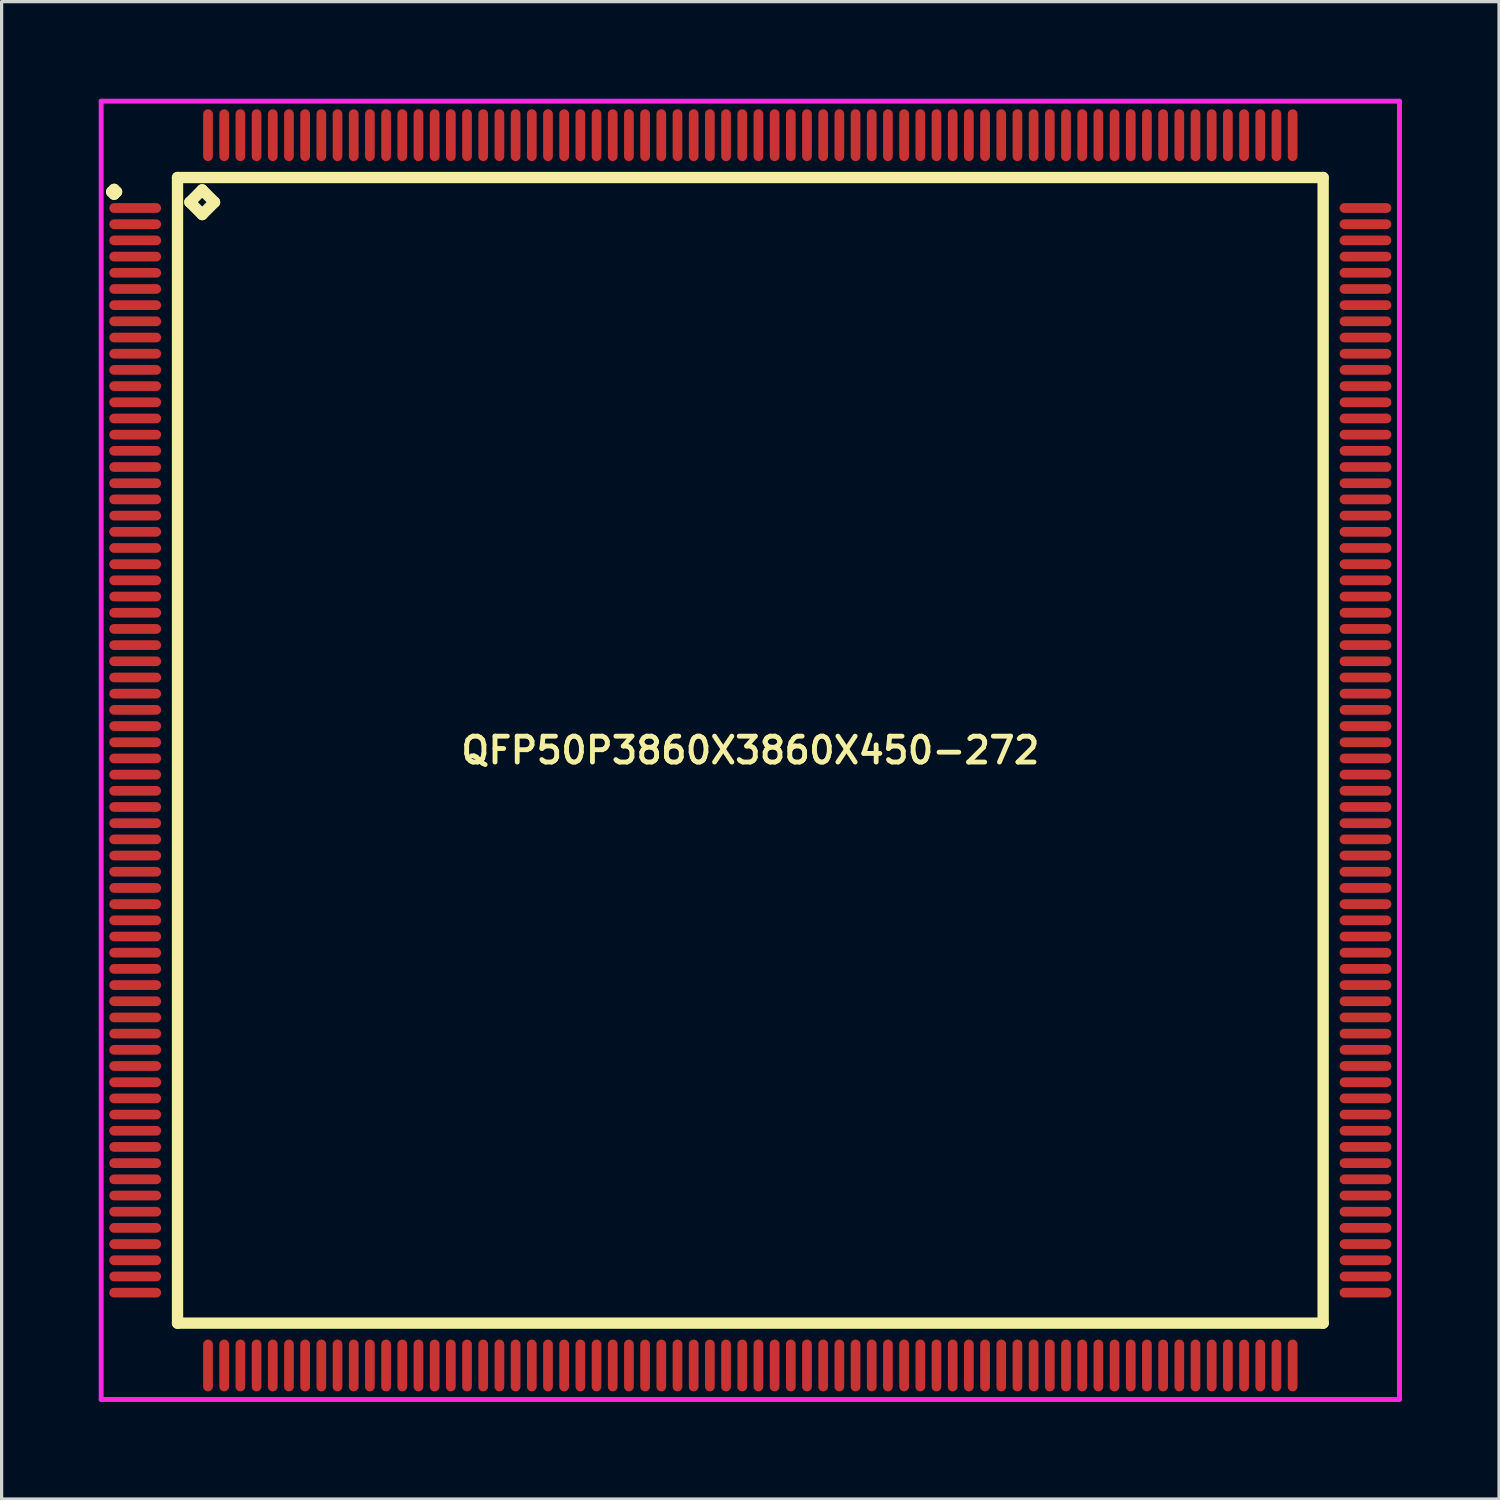
<source format=kicad_pcb>
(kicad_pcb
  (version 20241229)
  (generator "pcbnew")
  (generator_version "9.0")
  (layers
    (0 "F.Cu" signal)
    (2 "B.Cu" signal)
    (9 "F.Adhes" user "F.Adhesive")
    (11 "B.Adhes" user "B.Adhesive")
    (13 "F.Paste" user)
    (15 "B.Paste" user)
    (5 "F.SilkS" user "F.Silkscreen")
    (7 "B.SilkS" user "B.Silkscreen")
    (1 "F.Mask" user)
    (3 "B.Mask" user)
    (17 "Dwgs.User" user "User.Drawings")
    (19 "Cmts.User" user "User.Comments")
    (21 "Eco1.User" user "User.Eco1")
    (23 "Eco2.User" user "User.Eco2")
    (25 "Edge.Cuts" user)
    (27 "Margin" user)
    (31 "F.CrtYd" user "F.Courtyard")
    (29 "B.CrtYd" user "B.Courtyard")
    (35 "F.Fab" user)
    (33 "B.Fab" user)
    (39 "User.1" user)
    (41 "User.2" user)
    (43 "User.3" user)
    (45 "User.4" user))
  (footprint "QFP50P3860X3860X450-272"
    (layer "F.Cu")
    (at 20.125 20.125)
    (property "Reference" "QFP50P3860X3860X450-272" (at 0 0 0) (layer "F.SilkS") (effects (font (size 0.8 0.8) (thickness 0.15))))
    (attr smd)
    (fp_line (start -19.725 -17.25) (end -19.65 -17.325) (stroke (width 0.35) (type solid)) (layer "F.SilkS"))
    (fp_line (start -19.65 -17.325) (end -19.575 -17.25) (stroke (width 0.35) (type solid)) (layer "F.SilkS"))
    (fp_line (start -19.65 -17.175) (end -19.725 -17.25) (stroke (width 0.35) (type solid)) (layer "F.SilkS"))
    (fp_line (start -19.575 -17.25) (end -19.65 -17.175) (stroke (width 0.35) (type solid)) (layer "F.SilkS"))
    (fp_line (start -17.692 -17.692) (end -17.692 17.692) (stroke (width 0.35) (type solid)) (layer "F.SilkS"))
    (fp_line (start -17.692 17.692) (end 17.692 17.692) (stroke (width 0.35) (type solid)) (layer "F.SilkS"))
    (fp_line (start -17.311 -16.93) (end -16.93 -17.311) (stroke (width 0.35) (type solid)) (layer "F.SilkS"))
    (fp_line (start -16.93 -17.311) (end -16.549 -16.93) (stroke (width 0.35) (type solid)) (layer "F.SilkS"))
    (fp_line (start -16.93 -16.549) (end -17.311 -16.93) (stroke (width 0.35) (type solid)) (layer "F.SilkS"))
    (fp_line (start -16.549 -16.93) (end -16.93 -16.549) (stroke (width 0.35) (type solid)) (layer "F.SilkS"))
    (fp_line (start 17.692 -17.692) (end -17.692 -17.692) (stroke (width 0.35) (type solid)) (layer "F.SilkS"))
    (fp_line (start 17.692 17.692) (end 17.692 -17.692) (stroke (width 0.35) (type solid)) (layer "F.SilkS"))
    (fp_line (start -20.05 -20.05) (end 20.05 -20.05) (stroke (width 0.15) (type solid)) (layer "F.CrtYd"))
    (fp_line (start -20.05 20.05) (end -20.05 -20.05) (stroke (width 0.15) (type solid)) (layer "F.CrtYd"))
    (fp_line (start 20.05 -20.05) (end 20.05 20.05) (stroke (width 0.15) (type solid)) (layer "F.CrtYd"))
    (fp_line (start 20.05 20.05) (end -20.05 20.05) (stroke (width 0.15) (type solid)) (layer "F.CrtYd"))
    (pad "1" smd oval (at -19 -16.75) (size 1.6 0.3) (layers "F.Cu" "F.Mask" "F.Paste"))
    (pad "2" smd oval (at -19 -16.25) (size 1.6 0.3) (layers "F.Cu" "F.Mask" "F.Paste"))
    (pad "3" smd oval (at -19 -15.75) (size 1.6 0.3) (layers "F.Cu" "F.Mask" "F.Paste"))
    (pad "4" smd oval (at -19 -15.25) (size 1.6 0.3) (layers "F.Cu" "F.Mask" "F.Paste"))
    (pad "5" smd oval (at -19 -14.75) (size 1.6 0.3) (layers "F.Cu" "F.Mask" "F.Paste"))
    (pad "6" smd oval (at -19 -14.25) (size 1.6 0.3) (layers "F.Cu" "F.Mask" "F.Paste"))
    (pad "7" smd oval (at -19 -13.75) (size 1.6 0.3) (layers "F.Cu" "F.Mask" "F.Paste"))
    (pad "8" smd oval (at -19 -13.25) (size 1.6 0.3) (layers "F.Cu" "F.Mask" "F.Paste"))
    (pad "9" smd oval (at -19 -12.75) (size 1.6 0.3) (layers "F.Cu" "F.Mask" "F.Paste"))
    (pad "10" smd oval (at -19 -12.25) (size 1.6 0.3) (layers "F.Cu" "F.Mask" "F.Paste"))
    (pad "11" smd oval (at -19 -11.75) (size 1.6 0.3) (layers "F.Cu" "F.Mask" "F.Paste"))
    (pad "12" smd oval (at -19 -11.25) (size 1.6 0.3) (layers "F.Cu" "F.Mask" "F.Paste"))
    (pad "13" smd oval (at -19 -10.75) (size 1.6 0.3) (layers "F.Cu" "F.Mask" "F.Paste"))
    (pad "14" smd oval (at -19 -10.25) (size 1.6 0.3) (layers "F.Cu" "F.Mask" "F.Paste"))
    (pad "15" smd oval (at -19 -9.75) (size 1.6 0.3) (layers "F.Cu" "F.Mask" "F.Paste"))
    (pad "16" smd oval (at -19 -9.25) (size 1.6 0.3) (layers "F.Cu" "F.Mask" "F.Paste"))
    (pad "17" smd oval (at -19 -8.75) (size 1.6 0.3) (layers "F.Cu" "F.Mask" "F.Paste"))
    (pad "18" smd oval (at -19 -8.25) (size 1.6 0.3) (layers "F.Cu" "F.Mask" "F.Paste"))
    (pad "19" smd oval (at -19 -7.75) (size 1.6 0.3) (layers "F.Cu" "F.Mask" "F.Paste"))
    (pad "20" smd oval (at -19 -7.25) (size 1.6 0.3) (layers "F.Cu" "F.Mask" "F.Paste"))
    (pad "21" smd oval (at -19 -6.75) (size 1.6 0.3) (layers "F.Cu" "F.Mask" "F.Paste"))
    (pad "22" smd oval (at -19 -6.25) (size 1.6 0.3) (layers "F.Cu" "F.Mask" "F.Paste"))
    (pad "23" smd oval (at -19 -5.75) (size 1.6 0.3) (layers "F.Cu" "F.Mask" "F.Paste"))
    (pad "24" smd oval (at -19 -5.25) (size 1.6 0.3) (layers "F.Cu" "F.Mask" "F.Paste"))
    (pad "25" smd oval (at -19 -4.75) (size 1.6 0.3) (layers "F.Cu" "F.Mask" "F.Paste"))
    (pad "26" smd oval (at -19 -4.25) (size 1.6 0.3) (layers "F.Cu" "F.Mask" "F.Paste"))
    (pad "27" smd oval (at -19 -3.75) (size 1.6 0.3) (layers "F.Cu" "F.Mask" "F.Paste"))
    (pad "28" smd oval (at -19 -3.25) (size 1.6 0.3) (layers "F.Cu" "F.Mask" "F.Paste"))
    (pad "29" smd oval (at -19 -2.75) (size 1.6 0.3) (layers "F.Cu" "F.Mask" "F.Paste"))
    (pad "30" smd oval (at -19 -2.25) (size 1.6 0.3) (layers "F.Cu" "F.Mask" "F.Paste"))
    (pad "31" smd oval (at -19 -1.75) (size 1.6 0.3) (layers "F.Cu" "F.Mask" "F.Paste"))
    (pad "32" smd oval (at -19 -1.25) (size 1.6 0.3) (layers "F.Cu" "F.Mask" "F.Paste"))
    (pad "33" smd oval (at -19 -0.75) (size 1.6 0.3) (layers "F.Cu" "F.Mask" "F.Paste"))
    (pad "34" smd oval (at -19 -0.25) (size 1.6 0.3) (layers "F.Cu" "F.Mask" "F.Paste"))
    (pad "35" smd oval (at -19 0.25) (size 1.6 0.3) (layers "F.Cu" "F.Mask" "F.Paste"))
    (pad "36" smd oval (at -19 0.75) (size 1.6 0.3) (layers "F.Cu" "F.Mask" "F.Paste"))
    (pad "37" smd oval (at -19 1.25) (size 1.6 0.3) (layers "F.Cu" "F.Mask" "F.Paste"))
    (pad "38" smd oval (at -19 1.75) (size 1.6 0.3) (layers "F.Cu" "F.Mask" "F.Paste"))
    (pad "39" smd oval (at -19 2.25) (size 1.6 0.3) (layers "F.Cu" "F.Mask" "F.Paste"))
    (pad "40" smd oval (at -19 2.75) (size 1.6 0.3) (layers "F.Cu" "F.Mask" "F.Paste"))
    (pad "41" smd oval (at -19 3.25) (size 1.6 0.3) (layers "F.Cu" "F.Mask" "F.Paste"))
    (pad "42" smd oval (at -19 3.75) (size 1.6 0.3) (layers "F.Cu" "F.Mask" "F.Paste"))
    (pad "43" smd oval (at -19 4.25) (size 1.6 0.3) (layers "F.Cu" "F.Mask" "F.Paste"))
    (pad "44" smd oval (at -19 4.75) (size 1.6 0.3) (layers "F.Cu" "F.Mask" "F.Paste"))
    (pad "45" smd oval (at -19 5.25) (size 1.6 0.3) (layers "F.Cu" "F.Mask" "F.Paste"))
    (pad "46" smd oval (at -19 5.75) (size 1.6 0.3) (layers "F.Cu" "F.Mask" "F.Paste"))
    (pad "47" smd oval (at -19 6.25) (size 1.6 0.3) (layers "F.Cu" "F.Mask" "F.Paste"))
    (pad "48" smd oval (at -19 6.75) (size 1.6 0.3) (layers "F.Cu" "F.Mask" "F.Paste"))
    (pad "49" smd oval (at -19 7.25) (size 1.6 0.3) (layers "F.Cu" "F.Mask" "F.Paste"))
    (pad "50" smd oval (at -19 7.75) (size 1.6 0.3) (layers "F.Cu" "F.Mask" "F.Paste"))
    (pad "51" smd oval (at -19 8.25) (size 1.6 0.3) (layers "F.Cu" "F.Mask" "F.Paste"))
    (pad "52" smd oval (at -19 8.75) (size 1.6 0.3) (layers "F.Cu" "F.Mask" "F.Paste"))
    (pad "53" smd oval (at -19 9.25) (size 1.6 0.3) (layers "F.Cu" "F.Mask" "F.Paste"))
    (pad "54" smd oval (at -19 9.75) (size 1.6 0.3) (layers "F.Cu" "F.Mask" "F.Paste"))
    (pad "55" smd oval (at -19 10.25) (size 1.6 0.3) (layers "F.Cu" "F.Mask" "F.Paste"))
    (pad "56" smd oval (at -19 10.75) (size 1.6 0.3) (layers "F.Cu" "F.Mask" "F.Paste"))
    (pad "57" smd oval (at -19 11.25) (size 1.6 0.3) (layers "F.Cu" "F.Mask" "F.Paste"))
    (pad "58" smd oval (at -19 11.75) (size 1.6 0.3) (layers "F.Cu" "F.Mask" "F.Paste"))
    (pad "59" smd oval (at -19 12.25) (size 1.6 0.3) (layers "F.Cu" "F.Mask" "F.Paste"))
    (pad "60" smd oval (at -19 12.75) (size 1.6 0.3) (layers "F.Cu" "F.Mask" "F.Paste"))
    (pad "61" smd oval (at -19 13.25) (size 1.6 0.3) (layers "F.Cu" "F.Mask" "F.Paste"))
    (pad "62" smd oval (at -19 13.75) (size 1.6 0.3) (layers "F.Cu" "F.Mask" "F.Paste"))
    (pad "63" smd oval (at -19 14.25) (size 1.6 0.3) (layers "F.Cu" "F.Mask" "F.Paste"))
    (pad "64" smd oval (at -19 14.75) (size 1.6 0.3) (layers "F.Cu" "F.Mask" "F.Paste"))
    (pad "65" smd oval (at -19 15.25) (size 1.6 0.3) (layers "F.Cu" "F.Mask" "F.Paste"))
    (pad "66" smd oval (at -19 15.75) (size 1.6 0.3) (layers "F.Cu" "F.Mask" "F.Paste"))
    (pad "67" smd oval (at -19 16.25) (size 1.6 0.3) (layers "F.Cu" "F.Mask" "F.Paste"))
    (pad "68" smd oval (at -19 16.75) (size 1.6 0.3) (layers "F.Cu" "F.Mask" "F.Paste"))
    (pad "69" smd oval (at -16.75 19) (size 0.3 1.6) (layers "F.Cu" "F.Mask" "F.Paste"))
    (pad "70" smd oval (at -16.25 19) (size 0.3 1.6) (layers "F.Cu" "F.Mask" "F.Paste"))
    (pad "71" smd oval (at -15.75 19) (size 0.3 1.6) (layers "F.Cu" "F.Mask" "F.Paste"))
    (pad "72" smd oval (at -15.25 19) (size 0.3 1.6) (layers "F.Cu" "F.Mask" "F.Paste"))
    (pad "73" smd oval (at -14.75 19) (size 0.3 1.6) (layers "F.Cu" "F.Mask" "F.Paste"))
    (pad "74" smd oval (at -14.25 19) (size 0.3 1.6) (layers "F.Cu" "F.Mask" "F.Paste"))
    (pad "75" smd oval (at -13.75 19) (size 0.3 1.6) (layers "F.Cu" "F.Mask" "F.Paste"))
    (pad "76" smd oval (at -13.25 19) (size 0.3 1.6) (layers "F.Cu" "F.Mask" "F.Paste"))
    (pad "77" smd oval (at -12.75 19) (size 0.3 1.6) (layers "F.Cu" "F.Mask" "F.Paste"))
    (pad "78" smd oval (at -12.25 19) (size 0.3 1.6) (layers "F.Cu" "F.Mask" "F.Paste"))
    (pad "79" smd oval (at -11.75 19) (size 0.3 1.6) (layers "F.Cu" "F.Mask" "F.Paste"))
    (pad "80" smd oval (at -11.25 19) (size 0.3 1.6) (layers "F.Cu" "F.Mask" "F.Paste"))
    (pad "81" smd oval (at -10.75 19) (size 0.3 1.6) (layers "F.Cu" "F.Mask" "F.Paste"))
    (pad "82" smd oval (at -10.25 19) (size 0.3 1.6) (layers "F.Cu" "F.Mask" "F.Paste"))
    (pad "83" smd oval (at -9.75 19) (size 0.3 1.6) (layers "F.Cu" "F.Mask" "F.Paste"))
    (pad "84" smd oval (at -9.25 19) (size 0.3 1.6) (layers "F.Cu" "F.Mask" "F.Paste"))
    (pad "85" smd oval (at -8.75 19) (size 0.3 1.6) (layers "F.Cu" "F.Mask" "F.Paste"))
    (pad "86" smd oval (at -8.25 19) (size 0.3 1.6) (layers "F.Cu" "F.Mask" "F.Paste"))
    (pad "87" smd oval (at -7.75 19) (size 0.3 1.6) (layers "F.Cu" "F.Mask" "F.Paste"))
    (pad "88" smd oval (at -7.25 19) (size 0.3 1.6) (layers "F.Cu" "F.Mask" "F.Paste"))
    (pad "89" smd oval (at -6.75 19) (size 0.3 1.6) (layers "F.Cu" "F.Mask" "F.Paste"))
    (pad "90" smd oval (at -6.25 19) (size 0.3 1.6) (layers "F.Cu" "F.Mask" "F.Paste"))
    (pad "91" smd oval (at -5.75 19) (size 0.3 1.6) (layers "F.Cu" "F.Mask" "F.Paste"))
    (pad "92" smd oval (at -5.25 19) (size 0.3 1.6) (layers "F.Cu" "F.Mask" "F.Paste"))
    (pad "93" smd oval (at -4.75 19) (size 0.3 1.6) (layers "F.Cu" "F.Mask" "F.Paste"))
    (pad "94" smd oval (at -4.25 19) (size 0.3 1.6) (layers "F.Cu" "F.Mask" "F.Paste"))
    (pad "95" smd oval (at -3.75 19) (size 0.3 1.6) (layers "F.Cu" "F.Mask" "F.Paste"))
    (pad "96" smd oval (at -3.25 19) (size 0.3 1.6) (layers "F.Cu" "F.Mask" "F.Paste"))
    (pad "97" smd oval (at -2.75 19) (size 0.3 1.6) (layers "F.Cu" "F.Mask" "F.Paste"))
    (pad "98" smd oval (at -2.25 19) (size 0.3 1.6) (layers "F.Cu" "F.Mask" "F.Paste"))
    (pad "99" smd oval (at -1.75 19) (size 0.3 1.6) (layers "F.Cu" "F.Mask" "F.Paste"))
    (pad "100" smd oval (at -1.25 19) (size 0.3 1.6) (layers "F.Cu" "F.Mask" "F.Paste"))
    (pad "101" smd oval (at -0.75 19) (size 0.3 1.6) (layers "F.Cu" "F.Mask" "F.Paste"))
    (pad "102" smd oval (at -0.25 19) (size 0.3 1.6) (layers "F.Cu" "F.Mask" "F.Paste"))
    (pad "103" smd oval (at 0.25 19) (size 0.3 1.6) (layers "F.Cu" "F.Mask" "F.Paste"))
    (pad "104" smd oval (at 0.75 19) (size 0.3 1.6) (layers "F.Cu" "F.Mask" "F.Paste"))
    (pad "105" smd oval (at 1.25 19) (size 0.3 1.6) (layers "F.Cu" "F.Mask" "F.Paste"))
    (pad "106" smd oval (at 1.75 19) (size 0.3 1.6) (layers "F.Cu" "F.Mask" "F.Paste"))
    (pad "107" smd oval (at 2.25 19) (size 0.3 1.6) (layers "F.Cu" "F.Mask" "F.Paste"))
    (pad "108" smd oval (at 2.75 19) (size 0.3 1.6) (layers "F.Cu" "F.Mask" "F.Paste"))
    (pad "109" smd oval (at 3.25 19) (size 0.3 1.6) (layers "F.Cu" "F.Mask" "F.Paste"))
    (pad "110" smd oval (at 3.75 19) (size 0.3 1.6) (layers "F.Cu" "F.Mask" "F.Paste"))
    (pad "111" smd oval (at 4.25 19) (size 0.3 1.6) (layers "F.Cu" "F.Mask" "F.Paste"))
    (pad "112" smd oval (at 4.75 19) (size 0.3 1.6) (layers "F.Cu" "F.Mask" "F.Paste"))
    (pad "113" smd oval (at 5.25 19) (size 0.3 1.6) (layers "F.Cu" "F.Mask" "F.Paste"))
    (pad "114" smd oval (at 5.75 19) (size 0.3 1.6) (layers "F.Cu" "F.Mask" "F.Paste"))
    (pad "115" smd oval (at 6.25 19) (size 0.3 1.6) (layers "F.Cu" "F.Mask" "F.Paste"))
    (pad "116" smd oval (at 6.75 19) (size 0.3 1.6) (layers "F.Cu" "F.Mask" "F.Paste"))
    (pad "117" smd oval (at 7.25 19) (size 0.3 1.6) (layers "F.Cu" "F.Mask" "F.Paste"))
    (pad "118" smd oval (at 7.75 19) (size 0.3 1.6) (layers "F.Cu" "F.Mask" "F.Paste"))
    (pad "119" smd oval (at 8.25 19) (size 0.3 1.6) (layers "F.Cu" "F.Mask" "F.Paste"))
    (pad "120" smd oval (at 8.75 19) (size 0.3 1.6) (layers "F.Cu" "F.Mask" "F.Paste"))
    (pad "121" smd oval (at 9.25 19) (size 0.3 1.6) (layers "F.Cu" "F.Mask" "F.Paste"))
    (pad "122" smd oval (at 9.75 19) (size 0.3 1.6) (layers "F.Cu" "F.Mask" "F.Paste"))
    (pad "123" smd oval (at 10.25 19) (size 0.3 1.6) (layers "F.Cu" "F.Mask" "F.Paste"))
    (pad "124" smd oval (at 10.75 19) (size 0.3 1.6) (layers "F.Cu" "F.Mask" "F.Paste"))
    (pad "125" smd oval (at 11.25 19) (size 0.3 1.6) (layers "F.Cu" "F.Mask" "F.Paste"))
    (pad "126" smd oval (at 11.75 19) (size 0.3 1.6) (layers "F.Cu" "F.Mask" "F.Paste"))
    (pad "127" smd oval (at 12.25 19) (size 0.3 1.6) (layers "F.Cu" "F.Mask" "F.Paste"))
    (pad "128" smd oval (at 12.75 19) (size 0.3 1.6) (layers "F.Cu" "F.Mask" "F.Paste"))
    (pad "129" smd oval (at 13.25 19) (size 0.3 1.6) (layers "F.Cu" "F.Mask" "F.Paste"))
    (pad "130" smd oval (at 13.75 19) (size 0.3 1.6) (layers "F.Cu" "F.Mask" "F.Paste"))
    (pad "131" smd oval (at 14.25 19) (size 0.3 1.6) (layers "F.Cu" "F.Mask" "F.Paste"))
    (pad "132" smd oval (at 14.75 19) (size 0.3 1.6) (layers "F.Cu" "F.Mask" "F.Paste"))
    (pad "133" smd oval (at 15.25 19) (size 0.3 1.6) (layers "F.Cu" "F.Mask" "F.Paste"))
    (pad "134" smd oval (at 15.75 19) (size 0.3 1.6) (layers "F.Cu" "F.Mask" "F.Paste"))
    (pad "135" smd oval (at 16.25 19) (size 0.3 1.6) (layers "F.Cu" "F.Mask" "F.Paste"))
    (pad "136" smd oval (at 16.75 19) (size 0.3 1.6) (layers "F.Cu" "F.Mask" "F.Paste"))
    (pad "137" smd oval (at 19 16.75) (size 1.6 0.3) (layers "F.Cu" "F.Mask" "F.Paste"))
    (pad "138" smd oval (at 19 16.25) (size 1.6 0.3) (layers "F.Cu" "F.Mask" "F.Paste"))
    (pad "139" smd oval (at 19 15.75) (size 1.6 0.3) (layers "F.Cu" "F.Mask" "F.Paste"))
    (pad "140" smd oval (at 19 15.25) (size 1.6 0.3) (layers "F.Cu" "F.Mask" "F.Paste"))
    (pad "141" smd oval (at 19 14.75) (size 1.6 0.3) (layers "F.Cu" "F.Mask" "F.Paste"))
    (pad "142" smd oval (at 19 14.25) (size 1.6 0.3) (layers "F.Cu" "F.Mask" "F.Paste"))
    (pad "143" smd oval (at 19 13.75) (size 1.6 0.3) (layers "F.Cu" "F.Mask" "F.Paste"))
    (pad "144" smd oval (at 19 13.25) (size 1.6 0.3) (layers "F.Cu" "F.Mask" "F.Paste"))
    (pad "145" smd oval (at 19 12.75) (size 1.6 0.3) (layers "F.Cu" "F.Mask" "F.Paste"))
    (pad "146" smd oval (at 19 12.25) (size 1.6 0.3) (layers "F.Cu" "F.Mask" "F.Paste"))
    (pad "147" smd oval (at 19 11.75) (size 1.6 0.3) (layers "F.Cu" "F.Mask" "F.Paste"))
    (pad "148" smd oval (at 19 11.25) (size 1.6 0.3) (layers "F.Cu" "F.Mask" "F.Paste"))
    (pad "149" smd oval (at 19 10.75) (size 1.6 0.3) (layers "F.Cu" "F.Mask" "F.Paste"))
    (pad "150" smd oval (at 19 10.25) (size 1.6 0.3) (layers "F.Cu" "F.Mask" "F.Paste"))
    (pad "151" smd oval (at 19 9.75) (size 1.6 0.3) (layers "F.Cu" "F.Mask" "F.Paste"))
    (pad "152" smd oval (at 19 9.25) (size 1.6 0.3) (layers "F.Cu" "F.Mask" "F.Paste"))
    (pad "153" smd oval (at 19 8.75) (size 1.6 0.3) (layers "F.Cu" "F.Mask" "F.Paste"))
    (pad "154" smd oval (at 19 8.25) (size 1.6 0.3) (layers "F.Cu" "F.Mask" "F.Paste"))
    (pad "155" smd oval (at 19 7.75) (size 1.6 0.3) (layers "F.Cu" "F.Mask" "F.Paste"))
    (pad "156" smd oval (at 19 7.25) (size 1.6 0.3) (layers "F.Cu" "F.Mask" "F.Paste"))
    (pad "157" smd oval (at 19 6.75) (size 1.6 0.3) (layers "F.Cu" "F.Mask" "F.Paste"))
    (pad "158" smd oval (at 19 6.25) (size 1.6 0.3) (layers "F.Cu" "F.Mask" "F.Paste"))
    (pad "159" smd oval (at 19 5.75) (size 1.6 0.3) (layers "F.Cu" "F.Mask" "F.Paste"))
    (pad "160" smd oval (at 19 5.25) (size 1.6 0.3) (layers "F.Cu" "F.Mask" "F.Paste"))
    (pad "161" smd oval (at 19 4.75) (size 1.6 0.3) (layers "F.Cu" "F.Mask" "F.Paste"))
    (pad "162" smd oval (at 19 4.25) (size 1.6 0.3) (layers "F.Cu" "F.Mask" "F.Paste"))
    (pad "163" smd oval (at 19 3.75) (size 1.6 0.3) (layers "F.Cu" "F.Mask" "F.Paste"))
    (pad "164" smd oval (at 19 3.25) (size 1.6 0.3) (layers "F.Cu" "F.Mask" "F.Paste"))
    (pad "165" smd oval (at 19 2.75) (size 1.6 0.3) (layers "F.Cu" "F.Mask" "F.Paste"))
    (pad "166" smd oval (at 19 2.25) (size 1.6 0.3) (layers "F.Cu" "F.Mask" "F.Paste"))
    (pad "167" smd oval (at 19 1.75) (size 1.6 0.3) (layers "F.Cu" "F.Mask" "F.Paste"))
    (pad "168" smd oval (at 19 1.25) (size 1.6 0.3) (layers "F.Cu" "F.Mask" "F.Paste"))
    (pad "169" smd oval (at 19 0.75) (size 1.6 0.3) (layers "F.Cu" "F.Mask" "F.Paste"))
    (pad "170" smd oval (at 19 0.25) (size 1.6 0.3) (layers "F.Cu" "F.Mask" "F.Paste"))
    (pad "171" smd oval (at 19 -0.25) (size 1.6 0.3) (layers "F.Cu" "F.Mask" "F.Paste"))
    (pad "172" smd oval (at 19 -0.75) (size 1.6 0.3) (layers "F.Cu" "F.Mask" "F.Paste"))
    (pad "173" smd oval (at 19 -1.25) (size 1.6 0.3) (layers "F.Cu" "F.Mask" "F.Paste"))
    (pad "174" smd oval (at 19 -1.75) (size 1.6 0.3) (layers "F.Cu" "F.Mask" "F.Paste"))
    (pad "175" smd oval (at 19 -2.25) (size 1.6 0.3) (layers "F.Cu" "F.Mask" "F.Paste"))
    (pad "176" smd oval (at 19 -2.75) (size 1.6 0.3) (layers "F.Cu" "F.Mask" "F.Paste"))
    (pad "177" smd oval (at 19 -3.25) (size 1.6 0.3) (layers "F.Cu" "F.Mask" "F.Paste"))
    (pad "178" smd oval (at 19 -3.75) (size 1.6 0.3) (layers "F.Cu" "F.Mask" "F.Paste"))
    (pad "179" smd oval (at 19 -4.25) (size 1.6 0.3) (layers "F.Cu" "F.Mask" "F.Paste"))
    (pad "180" smd oval (at 19 -4.75) (size 1.6 0.3) (layers "F.Cu" "F.Mask" "F.Paste"))
    (pad "181" smd oval (at 19 -5.25) (size 1.6 0.3) (layers "F.Cu" "F.Mask" "F.Paste"))
    (pad "182" smd oval (at 19 -5.75) (size 1.6 0.3) (layers "F.Cu" "F.Mask" "F.Paste"))
    (pad "183" smd oval (at 19 -6.25) (size 1.6 0.3) (layers "F.Cu" "F.Mask" "F.Paste"))
    (pad "184" smd oval (at 19 -6.75) (size 1.6 0.3) (layers "F.Cu" "F.Mask" "F.Paste"))
    (pad "185" smd oval (at 19 -7.25) (size 1.6 0.3) (layers "F.Cu" "F.Mask" "F.Paste"))
    (pad "186" smd oval (at 19 -7.75) (size 1.6 0.3) (layers "F.Cu" "F.Mask" "F.Paste"))
    (pad "187" smd oval (at 19 -8.25) (size 1.6 0.3) (layers "F.Cu" "F.Mask" "F.Paste"))
    (pad "188" smd oval (at 19 -8.75) (size 1.6 0.3) (layers "F.Cu" "F.Mask" "F.Paste"))
    (pad "189" smd oval (at 19 -9.25) (size 1.6 0.3) (layers "F.Cu" "F.Mask" "F.Paste"))
    (pad "190" smd oval (at 19 -9.75) (size 1.6 0.3) (layers "F.Cu" "F.Mask" "F.Paste"))
    (pad "191" smd oval (at 19 -10.25) (size 1.6 0.3) (layers "F.Cu" "F.Mask" "F.Paste"))
    (pad "192" smd oval (at 19 -10.75) (size 1.6 0.3) (layers "F.Cu" "F.Mask" "F.Paste"))
    (pad "193" smd oval (at 19 -11.25) (size 1.6 0.3) (layers "F.Cu" "F.Mask" "F.Paste"))
    (pad "194" smd oval (at 19 -11.75) (size 1.6 0.3) (layers "F.Cu" "F.Mask" "F.Paste"))
    (pad "195" smd oval (at 19 -12.25) (size 1.6 0.3) (layers "F.Cu" "F.Mask" "F.Paste"))
    (pad "196" smd oval (at 19 -12.75) (size 1.6 0.3) (layers "F.Cu" "F.Mask" "F.Paste"))
    (pad "197" smd oval (at 19 -13.25) (size 1.6 0.3) (layers "F.Cu" "F.Mask" "F.Paste"))
    (pad "198" smd oval (at 19 -13.75) (size 1.6 0.3) (layers "F.Cu" "F.Mask" "F.Paste"))
    (pad "199" smd oval (at 19 -14.25) (size 1.6 0.3) (layers "F.Cu" "F.Mask" "F.Paste"))
    (pad "200" smd oval (at 19 -14.75) (size 1.6 0.3) (layers "F.Cu" "F.Mask" "F.Paste"))
    (pad "201" smd oval (at 19 -15.25) (size 1.6 0.3) (layers "F.Cu" "F.Mask" "F.Paste"))
    (pad "202" smd oval (at 19 -15.75) (size 1.6 0.3) (layers "F.Cu" "F.Mask" "F.Paste"))
    (pad "203" smd oval (at 19 -16.25) (size 1.6 0.3) (layers "F.Cu" "F.Mask" "F.Paste"))
    (pad "204" smd oval (at 19 -16.75) (size 1.6 0.3) (layers "F.Cu" "F.Mask" "F.Paste"))
    (pad "205" smd oval (at 16.75 -19) (size 0.3 1.6) (layers "F.Cu" "F.Mask" "F.Paste"))
    (pad "206" smd oval (at 16.25 -19) (size 0.3 1.6) (layers "F.Cu" "F.Mask" "F.Paste"))
    (pad "207" smd oval (at 15.75 -19) (size 0.3 1.6) (layers "F.Cu" "F.Mask" "F.Paste"))
    (pad "208" smd oval (at 15.25 -19) (size 0.3 1.6) (layers "F.Cu" "F.Mask" "F.Paste"))
    (pad "209" smd oval (at 14.75 -19) (size 0.3 1.6) (layers "F.Cu" "F.Mask" "F.Paste"))
    (pad "210" smd oval (at 14.25 -19) (size 0.3 1.6) (layers "F.Cu" "F.Mask" "F.Paste"))
    (pad "211" smd oval (at 13.75 -19) (size 0.3 1.6) (layers "F.Cu" "F.Mask" "F.Paste"))
    (pad "212" smd oval (at 13.25 -19) (size 0.3 1.6) (layers "F.Cu" "F.Mask" "F.Paste"))
    (pad "213" smd oval (at 12.75 -19) (size 0.3 1.6) (layers "F.Cu" "F.Mask" "F.Paste"))
    (pad "214" smd oval (at 12.25 -19) (size 0.3 1.6) (layers "F.Cu" "F.Mask" "F.Paste"))
    (pad "215" smd oval (at 11.75 -19) (size 0.3 1.6) (layers "F.Cu" "F.Mask" "F.Paste"))
    (pad "216" smd oval (at 11.25 -19) (size 0.3 1.6) (layers "F.Cu" "F.Mask" "F.Paste"))
    (pad "217" smd oval (at 10.75 -19) (size 0.3 1.6) (layers "F.Cu" "F.Mask" "F.Paste"))
    (pad "218" smd oval (at 10.25 -19) (size 0.3 1.6) (layers "F.Cu" "F.Mask" "F.Paste"))
    (pad "219" smd oval (at 9.75 -19) (size 0.3 1.6) (layers "F.Cu" "F.Mask" "F.Paste"))
    (pad "220" smd oval (at 9.25 -19) (size 0.3 1.6) (layers "F.Cu" "F.Mask" "F.Paste"))
    (pad "221" smd oval (at 8.75 -19) (size 0.3 1.6) (layers "F.Cu" "F.Mask" "F.Paste"))
    (pad "222" smd oval (at 8.25 -19) (size 0.3 1.6) (layers "F.Cu" "F.Mask" "F.Paste"))
    (pad "223" smd oval (at 7.75 -19) (size 0.3 1.6) (layers "F.Cu" "F.Mask" "F.Paste"))
    (pad "224" smd oval (at 7.25 -19) (size 0.3 1.6) (layers "F.Cu" "F.Mask" "F.Paste"))
    (pad "225" smd oval (at 6.75 -19) (size 0.3 1.6) (layers "F.Cu" "F.Mask" "F.Paste"))
    (pad "226" smd oval (at 6.25 -19) (size 0.3 1.6) (layers "F.Cu" "F.Mask" "F.Paste"))
    (pad "227" smd oval (at 5.75 -19) (size 0.3 1.6) (layers "F.Cu" "F.Mask" "F.Paste"))
    (pad "228" smd oval (at 5.25 -19) (size 0.3 1.6) (layers "F.Cu" "F.Mask" "F.Paste"))
    (pad "229" smd oval (at 4.75 -19) (size 0.3 1.6) (layers "F.Cu" "F.Mask" "F.Paste"))
    (pad "230" smd oval (at 4.25 -19) (size 0.3 1.6) (layers "F.Cu" "F.Mask" "F.Paste"))
    (pad "231" smd oval (at 3.75 -19) (size 0.3 1.6) (layers "F.Cu" "F.Mask" "F.Paste"))
    (pad "232" smd oval (at 3.25 -19) (size 0.3 1.6) (layers "F.Cu" "F.Mask" "F.Paste"))
    (pad "233" smd oval (at 2.75 -19) (size 0.3 1.6) (layers "F.Cu" "F.Mask" "F.Paste"))
    (pad "234" smd oval (at 2.25 -19) (size 0.3 1.6) (layers "F.Cu" "F.Mask" "F.Paste"))
    (pad "235" smd oval (at 1.75 -19) (size 0.3 1.6) (layers "F.Cu" "F.Mask" "F.Paste"))
    (pad "236" smd oval (at 1.25 -19) (size 0.3 1.6) (layers "F.Cu" "F.Mask" "F.Paste"))
    (pad "237" smd oval (at 0.75 -19) (size 0.3 1.6) (layers "F.Cu" "F.Mask" "F.Paste"))
    (pad "238" smd oval (at 0.25 -19) (size 0.3 1.6) (layers "F.Cu" "F.Mask" "F.Paste"))
    (pad "239" smd oval (at -0.25 -19) (size 0.3 1.6) (layers "F.Cu" "F.Mask" "F.Paste"))
    (pad "240" smd oval (at -0.75 -19) (size 0.3 1.6) (layers "F.Cu" "F.Mask" "F.Paste"))
    (pad "241" smd oval (at -1.25 -19) (size 0.3 1.6) (layers "F.Cu" "F.Mask" "F.Paste"))
    (pad "242" smd oval (at -1.75 -19) (size 0.3 1.6) (layers "F.Cu" "F.Mask" "F.Paste"))
    (pad "243" smd oval (at -2.25 -19) (size 0.3 1.6) (layers "F.Cu" "F.Mask" "F.Paste"))
    (pad "244" smd oval (at -2.75 -19) (size 0.3 1.6) (layers "F.Cu" "F.Mask" "F.Paste"))
    (pad "245" smd oval (at -3.25 -19) (size 0.3 1.6) (layers "F.Cu" "F.Mask" "F.Paste"))
    (pad "246" smd oval (at -3.75 -19) (size 0.3 1.6) (layers "F.Cu" "F.Mask" "F.Paste"))
    (pad "247" smd oval (at -4.25 -19) (size 0.3 1.6) (layers "F.Cu" "F.Mask" "F.Paste"))
    (pad "248" smd oval (at -4.75 -19) (size 0.3 1.6) (layers "F.Cu" "F.Mask" "F.Paste"))
    (pad "249" smd oval (at -5.25 -19) (size 0.3 1.6) (layers "F.Cu" "F.Mask" "F.Paste"))
    (pad "250" smd oval (at -5.75 -19) (size 0.3 1.6) (layers "F.Cu" "F.Mask" "F.Paste"))
    (pad "251" smd oval (at -6.25 -19) (size 0.3 1.6) (layers "F.Cu" "F.Mask" "F.Paste"))
    (pad "252" smd oval (at -6.75 -19) (size 0.3 1.6) (layers "F.Cu" "F.Mask" "F.Paste"))
    (pad "253" smd oval (at -7.25 -19) (size 0.3 1.6) (layers "F.Cu" "F.Mask" "F.Paste"))
    (pad "254" smd oval (at -7.75 -19) (size 0.3 1.6) (layers "F.Cu" "F.Mask" "F.Paste"))
    (pad "255" smd oval (at -8.25 -19) (size 0.3 1.6) (layers "F.Cu" "F.Mask" "F.Paste"))
    (pad "256" smd oval (at -8.75 -19) (size 0.3 1.6) (layers "F.Cu" "F.Mask" "F.Paste"))
    (pad "257" smd oval (at -9.25 -19) (size 0.3 1.6) (layers "F.Cu" "F.Mask" "F.Paste"))
    (pad "258" smd oval (at -9.75 -19) (size 0.3 1.6) (layers "F.Cu" "F.Mask" "F.Paste"))
    (pad "259" smd oval (at -10.25 -19) (size 0.3 1.6) (layers "F.Cu" "F.Mask" "F.Paste"))
    (pad "260" smd oval (at -10.75 -19) (size 0.3 1.6) (layers "F.Cu" "F.Mask" "F.Paste"))
    (pad "261" smd oval (at -11.25 -19) (size 0.3 1.6) (layers "F.Cu" "F.Mask" "F.Paste"))
    (pad "262" smd oval (at -11.75 -19) (size 0.3 1.6) (layers "F.Cu" "F.Mask" "F.Paste"))
    (pad "263" smd oval (at -12.25 -19) (size 0.3 1.6) (layers "F.Cu" "F.Mask" "F.Paste"))
    (pad "264" smd oval (at -12.75 -19) (size 0.3 1.6) (layers "F.Cu" "F.Mask" "F.Paste"))
    (pad "265" smd oval (at -13.25 -19) (size 0.3 1.6) (layers "F.Cu" "F.Mask" "F.Paste"))
    (pad "266" smd oval (at -13.75 -19) (size 0.3 1.6) (layers "F.Cu" "F.Mask" "F.Paste"))
    (pad "267" smd oval (at -14.25 -19) (size 0.3 1.6) (layers "F.Cu" "F.Mask" "F.Paste"))
    (pad "268" smd oval (at -14.75 -19) (size 0.3 1.6) (layers "F.Cu" "F.Mask" "F.Paste"))
    (pad "269" smd oval (at -15.25 -19) (size 0.3 1.6) (layers "F.Cu" "F.Mask" "F.Paste"))
    (pad "270" smd oval (at -15.75 -19) (size 0.3 1.6) (layers "F.Cu" "F.Mask" "F.Paste"))
    (pad "271" smd oval (at -16.25 -19) (size 0.3 1.6) (layers "F.Cu" "F.Mask" "F.Paste"))
    (pad "272" smd oval (at -16.75 -19) (size 0.3 1.6) (layers "F.Cu" "F.Mask" "F.Paste")))
  (gr_rect
    (start -3 -3)
    (end 43.25 43.25)
    (stroke (width 0.1) (type default))
    (fill no)
    (layer "Edge.Cuts")))
</source>
